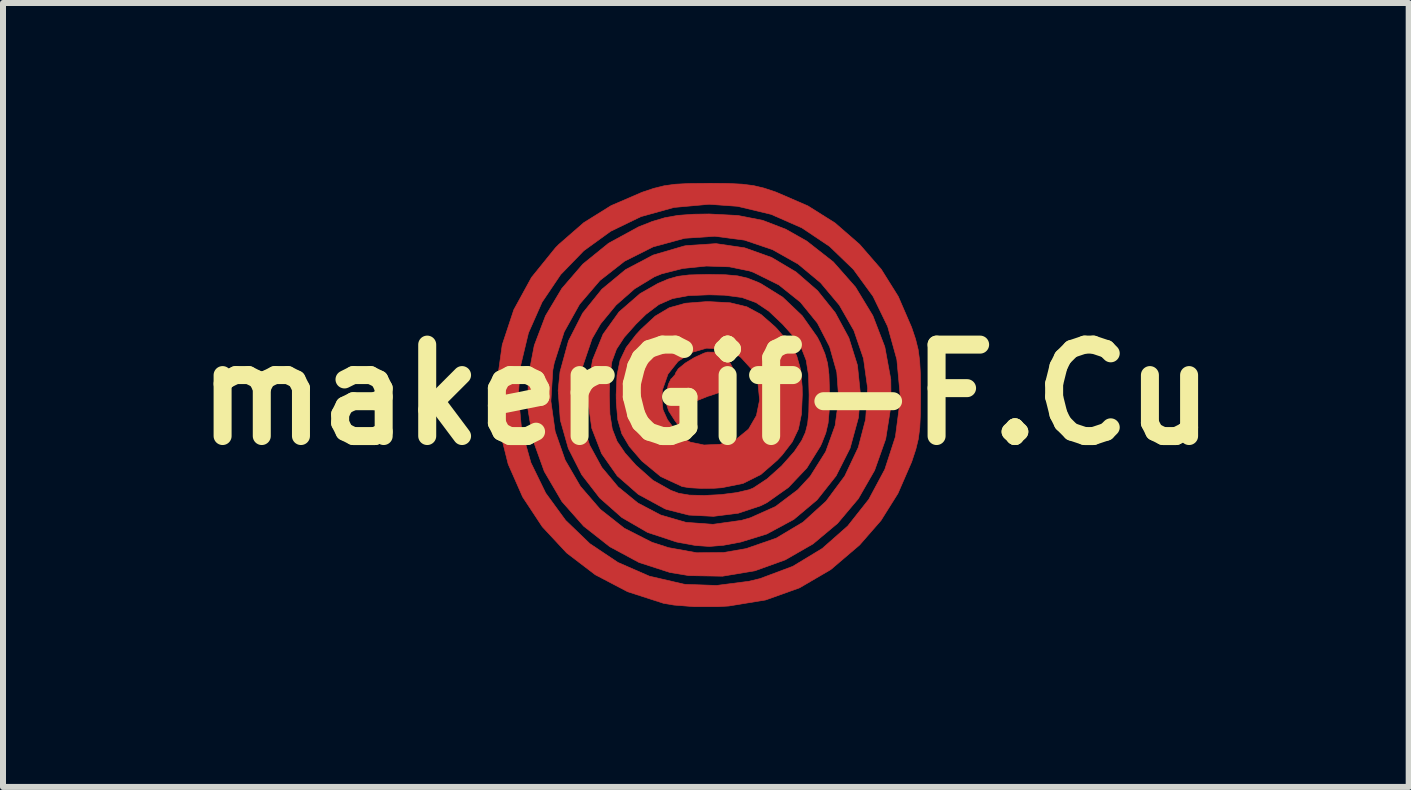
<source format=kicad_pcb>
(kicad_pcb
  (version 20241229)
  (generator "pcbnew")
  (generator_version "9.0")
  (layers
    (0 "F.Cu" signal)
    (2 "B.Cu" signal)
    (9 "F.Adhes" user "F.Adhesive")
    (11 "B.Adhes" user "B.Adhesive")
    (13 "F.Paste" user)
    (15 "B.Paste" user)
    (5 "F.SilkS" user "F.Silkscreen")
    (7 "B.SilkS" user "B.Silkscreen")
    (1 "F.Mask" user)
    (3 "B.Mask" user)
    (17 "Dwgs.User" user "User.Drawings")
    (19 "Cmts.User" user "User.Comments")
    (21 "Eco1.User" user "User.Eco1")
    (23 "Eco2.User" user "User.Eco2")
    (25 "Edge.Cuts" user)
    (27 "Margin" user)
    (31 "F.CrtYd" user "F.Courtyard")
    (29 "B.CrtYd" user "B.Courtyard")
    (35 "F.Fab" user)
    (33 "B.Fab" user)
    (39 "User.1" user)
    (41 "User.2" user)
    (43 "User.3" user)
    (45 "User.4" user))
  (footprint "makerGif-F.Cu"
    (layer "F.Cu")
    (at 8.716 3.529)
    (property "Reference" "makerGif-F.Cu" (at 0 0 0) (layer "F.SilkS") (effects (font (size 1.524 1.524) (thickness 0.3))))
    (attr through_hole)
    (fp_poly (pts (xy 0.212 -0.707) (xy 0.361 -0.613) (xy 0.444 -0.452) (xy 0.452 -0.374) (xy 0.411 -0.185) (xy 0.283 -0.056) (xy 0.06 0.02) (xy 0.042 0.024) (xy -0.165 0.106) (xy -0.293 0.255) (xy -0.327 0.453) (xy -0.319 0.509) (xy -0.303 0.626) (xy -0.311 0.677) (xy -0.312 0.677) (xy -0.357 0.636) (xy -0.444 0.529) (xy -0.513 0.437) (xy -0.619 0.272) (xy -0.663 0.138) (xy -0.659 -0.017) (xy -0.658 -0.027) (xy -0.625 -0.174) (xy -0.581 -0.263) (xy -0.568 -0.272) (xy -0.51 -0.338) (xy -0.507 -0.357) (xy -0.46 -0.431) (xy -0.343 -0.527) (xy -0.188 -0.621) (xy -0.03 -0.693) (xy 0.025 -0.71) (xy 0.212 -0.707)) (stroke (width 0.01) (type solid)) (fill yes) (layer "F.Cu"))
    (fp_poly (pts (xy 0.406 -1.532) (xy 0.683 -1.465) (xy 0.921 -1.336) (xy 1.154 -1.132) (xy 1.193 -1.091) (xy 1.388 -0.864) (xy 1.513 -0.653) (xy 1.58 -0.42) (xy 1.606 -0.129) (xy 1.608 0) (xy 1.594 0.323) (xy 1.543 0.573) (xy 1.441 0.787) (xy 1.274 1.004) (xy 1.193 1.091) (xy 0.917 1.331) (xy 0.619 1.48) (xy 0.266 1.551) (xy 0.141 1.56) (xy -0.081 1.562) (xy -0.275 1.551) (xy -0.395 1.531) (xy -0.752 1.365) (xy -1.062 1.11) (xy -1.08 1.091) (xy -1.275 0.864) (xy -1.4 0.653) (xy -1.468 0.42) (xy -1.493 0.128) (xy -1.494 0.057) (xy -0.734 0.057) (xy -0.714 0.253) (xy -0.64 0.417) (xy -0.556 0.528) (xy -0.427 0.666) (xy -0.304 0.767) (xy -0.26 0.791) (xy -0.03 0.839) (xy 0.234 0.827) (xy 0.472 0.76) (xy 0.505 0.744) (xy 0.712 0.574) (xy 0.843 0.348) (xy 0.896 0.089) (xy 0.87 -0.176) (xy 0.766 -0.421) (xy 0.583 -0.622) (xy 0.541 -0.651) (xy 0.281 -0.762) (xy 0.013 -0.775) (xy -0.242 -0.702) (xy -0.464 -0.554) (xy -0.631 -0.343) (xy -0.723 -0.081) (xy -0.734 0.057) (xy -1.494 0.057) (xy -1.495 0) (xy -1.481 -0.323) (xy -1.43 -0.573) (xy -1.328 -0.787) (xy -1.161 -1.004) (xy -1.08 -1.091) (xy -0.845 -1.309) (xy -0.61 -1.449) (xy -0.342 -1.524) (xy -0.006 -1.55) (xy 0.056 -1.551) (xy 0.406 -1.532)) (stroke (width 0.01) (type solid)) (fill yes) (layer "F.Cu"))
    (fp_poly (pts (xy 0.647 -2.448) (xy 1.095 -2.288) (xy 1.503 -2.046) (xy 1.861 -1.735) (xy 2.158 -1.365) (xy 2.384 -0.947) (xy 2.527 -0.491) (xy 2.577 -0.008) (xy 2.544 0.381) (xy 2.404 0.893) (xy 2.171 1.354) (xy 1.854 1.754) (xy 1.466 2.08) (xy 1.015 2.323) (xy 0.58 2.457) (xy 0.291 2.511) (xy 0.058 2.53) (xy -0.171 2.514) (xy -0.448 2.464) (xy -0.494 2.454) (xy -0.972 2.296) (xy -1.401 2.047) (xy -1.77 1.721) (xy -2.07 1.333) (xy -2.292 0.896) (xy -2.426 0.424) (xy -2.458 -0.014) (xy -2.108 -0.014) (xy -2.066 0.425) (xy -1.939 0.837) (xy -1.735 1.211) (xy -1.463 1.537) (xy -1.133 1.806) (xy -0.753 2.006) (xy -0.333 2.128) (xy 0.119 2.161) (xy 0.593 2.095) (xy 0.74 2.053) (xy 1.16 1.865) (xy 1.534 1.583) (xy 1.741 1.359) (xy 1.998 0.95) (xy 2.155 0.515) (xy 2.215 0.069) (xy 2.183 -0.375) (xy 2.063 -0.8) (xy 1.859 -1.194) (xy 1.576 -1.542) (xy 1.218 -1.829) (xy 0.79 -2.041) (xy 0.725 -2.063) (xy 0.393 -2.131) (xy 0.009 -2.144) (xy -0.383 -2.104) (xy -0.738 -2.014) (xy -0.86 -1.964) (xy -1.187 -1.765) (xy -1.497 -1.493) (xy -1.754 -1.181) (xy -1.897 -0.933) (xy -2.054 -0.47) (xy -2.108 -0.014) (xy -2.458 -0.014) (xy -2.462 -0.069) (xy -2.431 -0.381) (xy -2.29 -0.896) (xy -2.054 -1.359) (xy -1.734 -1.757) (xy -1.339 -2.084) (xy -0.879 -2.327) (xy -0.364 -2.478) (xy -0.325 -2.485) (xy 0.17 -2.518) (xy 0.647 -2.448)) (stroke (width 0.01) (type solid)) (fill yes) (layer "F.Cu"))
    (fp_poly (pts (xy 0.535 -2.987) (xy 0.948 -2.906) (xy 1.332 -2.758) (xy 1.681 -2.561) (xy 2.125 -2.213) (xy 2.495 -1.793) (xy 2.784 -1.316) (xy 2.983 -0.798) (xy 3.083 -0.255) (xy 3.088 0.171) (xy 2.998 0.739) (xy 2.813 1.262) (xy 2.542 1.734) (xy 2.196 2.145) (xy 1.786 2.488) (xy 1.323 2.754) (xy 0.817 2.936) (xy 0.278 3.026) (xy -0.282 3.016) (xy -0.598 2.964) (xy -1.114 2.797) (xy -1.602 2.534) (xy -2.038 2.191) (xy -2.396 1.785) (xy -2.402 1.777) (xy -2.693 1.28) (xy -2.88 0.759) (xy -2.968 0.228) (xy -2.966 0.109) (xy -2.583 0.109) (xy -2.512 0.614) (xy -2.345 1.091) (xy -2.091 1.528) (xy -1.76 1.911) (xy -1.36 2.226) (xy -0.9 2.46) (xy -0.621 2.55) (xy -0.153 2.635) (xy 0.296 2.631) (xy 0.672 2.566) (xy 1.173 2.392) (xy 1.62 2.125) (xy 2.004 1.776) (xy 2.315 1.357) (xy 2.541 0.879) (xy 2.664 0.409) (xy 2.697 -0.107) (xy 2.628 -0.603) (xy 2.468 -1.069) (xy 2.225 -1.493) (xy 1.912 -1.866) (xy 1.537 -2.178) (xy 1.111 -2.418) (xy 0.645 -2.576) (xy 0.148 -2.641) (xy -0.353 -2.607) (xy -0.879 -2.464) (xy -1.353 -2.226) (xy -1.765 -1.904) (xy -2.105 -1.507) (xy -2.362 -1.046) (xy -2.527 -0.531) (xy -2.551 -0.409) (xy -2.583 0.109) (xy -2.966 0.109) (xy -2.96 -0.303) (xy -2.86 -0.821) (xy -2.673 -1.314) (xy -2.401 -1.77) (xy -2.05 -2.177) (xy -1.622 -2.524) (xy -1.122 -2.797) (xy -0.897 -2.886) (xy -0.683 -2.95) (xy -0.465 -2.989) (xy -0.205 -3.008) (xy 0.056 -3.012) (xy 0.535 -2.987)) (stroke (width 0.01) (type solid)) (fill yes) (layer "F.Cu"))
    (fp_poly (pts (xy 0.33 -1.999) (xy 0.529 -1.981) (xy 0.693 -1.943) (xy 0.859 -1.878) (xy 0.914 -1.853) (xy 1.28 -1.626) (xy 1.605 -1.317) (xy 1.858 -0.959) (xy 1.91 -0.858) (xy 1.984 -0.683) (xy 2.029 -0.523) (xy 2.052 -0.338) (xy 2.06 -0.09) (xy 2.06 0) (xy 2.056 0.274) (xy 2.038 0.473) (xy 2 0.637) (xy 1.935 0.803) (xy 1.91 0.858) (xy 1.683 1.223) (xy 1.376 1.547) (xy 1.019 1.799) (xy 0.914 1.852) (xy 0.541 1.976) (xy 0.128 2.028) (xy -0.284 2.007) (xy -0.655 1.913) (xy -0.687 1.9) (xy -1.125 1.662) (xy -1.477 1.354) (xy -1.737 0.983) (xy -1.902 0.558) (xy -1.968 0.084) (xy -1.967 0) (xy -1.609 0) (xy -1.599 0.325) (xy -1.56 0.572) (xy -1.48 0.777) (xy -1.345 0.975) (xy -1.165 1.176) (xy -0.881 1.428) (xy -0.583 1.595) (xy -0.452 1.644) (xy -0.273 1.674) (xy -0.027 1.68) (xy 0.248 1.666) (xy 0.509 1.633) (xy 0.719 1.585) (xy 0.79 1.556) (xy 1.022 1.403) (xy 1.263 1.187) (xy 1.475 0.948) (xy 1.599 0.762) (xy 1.66 0.629) (xy 1.697 0.482) (xy 1.716 0.29) (xy 1.721 0.019) (xy 1.721 0) (xy 1.712 -0.324) (xy 1.673 -0.572) (xy 1.593 -0.777) (xy 1.458 -0.975) (xy 1.278 -1.176) (xy 1.05 -1.392) (xy 0.836 -1.535) (xy 0.602 -1.62) (xy 0.314 -1.658) (xy 0.056 -1.665) (xy -0.29 -1.651) (xy -0.559 -1.601) (xy -0.784 -1.502) (xy -0.999 -1.339) (xy -1.165 -1.176) (xy -1.361 -0.955) (xy -1.49 -0.758) (xy -1.566 -0.551) (xy -1.601 -0.297) (xy -1.609 0) (xy -1.967 0) (xy -1.966 -0.103) (xy -1.889 -0.577) (xy -1.714 -1.007) (xy -1.447 -1.38) (xy -1.096 -1.685) (xy -0.801 -1.853) (xy -0.627 -1.927) (xy -0.467 -1.973) (xy -0.282 -1.996) (xy -0.034 -2.003) (xy 0.056 -2.004) (xy 0.33 -1.999)) (stroke (width 0.01) (type solid)) (fill yes) (layer "F.Cu"))
    (fp_poly (pts (xy 0.372 -3.521) (xy 0.607 -3.509) (xy 0.795 -3.485) (xy 0.968 -3.444) (xy 1.158 -3.381) (xy 1.176 -3.374) (xy 1.701 -3.147) (xy 2.154 -2.862) (xy 2.563 -2.506) (xy 2.924 -2.09) (xy 3.208 -1.636) (xy 3.431 -1.12) (xy 3.496 -0.926) (xy 3.539 -0.753) (xy 3.564 -0.567) (xy 3.577 -0.337) (xy 3.58 -0.03) (xy 3.58 0) (xy 3.577 0.315) (xy 3.566 0.551) (xy 3.542 0.738) (xy 3.5 0.911) (xy 3.437 1.102) (xy 3.431 1.12) (xy 3.203 1.645) (xy 2.919 2.098) (xy 2.563 2.506) (xy 2.082 2.916) (xy 1.562 3.22) (xy 0.997 3.422) (xy 0.382 3.523) (xy 0.198 3.534) (xy -0.192 3.534) (xy -0.533 3.507) (xy -0.708 3.477) (xy -1.303 3.285) (xy -1.843 3.002) (xy -2.32 2.638) (xy -2.726 2.202) (xy -3.054 1.705) (xy -3.295 1.158) (xy -3.442 0.57) (xy -3.484 0) (xy -3.125 0) (xy -3.071 0.583) (xy -2.916 1.134) (xy -2.669 1.641) (xy -2.338 2.094) (xy -1.934 2.483) (xy -1.466 2.796) (xy -0.942 3.025) (xy -0.372 3.157) (xy -0.339 3.162) (xy 0.179 3.18) (xy 0.715 3.111) (xy 0.903 3.066) (xy 1.45 2.861) (xy 1.94 2.564) (xy 2.365 2.189) (xy 2.716 1.745) (xy 2.983 1.246) (xy 3.16 0.701) (xy 3.235 0.123) (xy 3.238 0) (xy 3.184 -0.586) (xy 3.031 -1.136) (xy 2.787 -1.639) (xy 2.461 -2.087) (xy 2.063 -2.471) (xy 1.602 -2.78) (xy 1.088 -3.006) (xy 0.529 -3.14) (xy 0.056 -3.174) (xy -0.531 -3.121) (xy -1.082 -2.968) (xy -1.586 -2.724) (xy -2.035 -2.399) (xy -2.42 -2.002) (xy -2.73 -1.542) (xy -2.957 -1.029) (xy -3.091 -0.471) (xy -3.125 0) (xy -3.484 0) (xy -3.487 -0.047) (xy -3.482 -0.203) (xy -3.394 -0.832) (xy -3.201 -1.416) (xy -2.906 -1.955) (xy -2.508 -2.447) (xy -2.45 -2.506) (xy -2.034 -2.868) (xy -1.58 -3.151) (xy -1.063 -3.374) (xy -0.869 -3.439) (xy -0.696 -3.482) (xy -0.511 -3.508) (xy -0.281 -3.52) (xy 0.027 -3.523) (xy 0.056 -3.524) (xy 0.372 -3.521)) (stroke (width 0.01) (type solid)) (fill yes) (layer "F.Cu")))
  (gr_rect
    (start -3 -3)
    (end 20.432 10.068)
    (stroke (width 0.1) (type default))
    (fill no)
    (layer "Edge.Cuts")))
</source>
